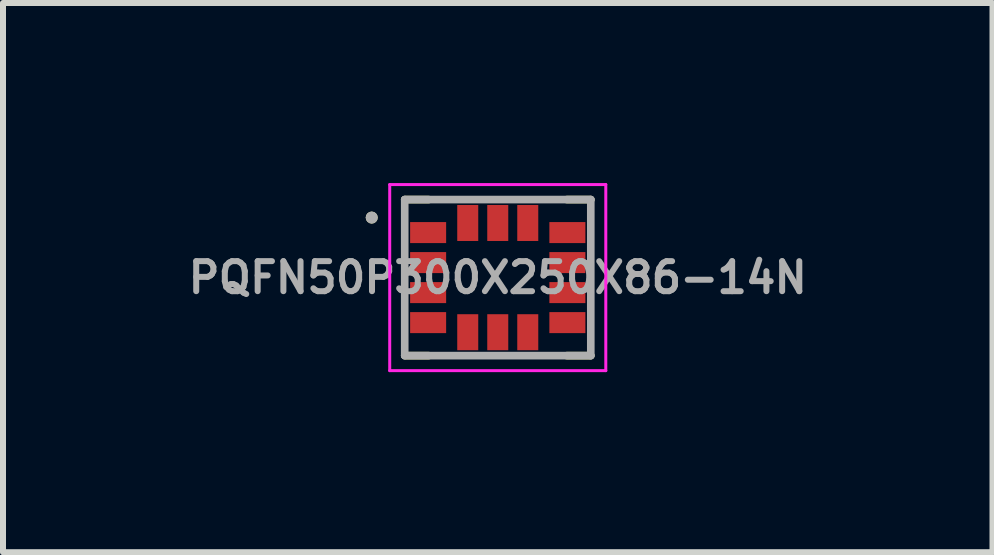
<source format=kicad_pcb>
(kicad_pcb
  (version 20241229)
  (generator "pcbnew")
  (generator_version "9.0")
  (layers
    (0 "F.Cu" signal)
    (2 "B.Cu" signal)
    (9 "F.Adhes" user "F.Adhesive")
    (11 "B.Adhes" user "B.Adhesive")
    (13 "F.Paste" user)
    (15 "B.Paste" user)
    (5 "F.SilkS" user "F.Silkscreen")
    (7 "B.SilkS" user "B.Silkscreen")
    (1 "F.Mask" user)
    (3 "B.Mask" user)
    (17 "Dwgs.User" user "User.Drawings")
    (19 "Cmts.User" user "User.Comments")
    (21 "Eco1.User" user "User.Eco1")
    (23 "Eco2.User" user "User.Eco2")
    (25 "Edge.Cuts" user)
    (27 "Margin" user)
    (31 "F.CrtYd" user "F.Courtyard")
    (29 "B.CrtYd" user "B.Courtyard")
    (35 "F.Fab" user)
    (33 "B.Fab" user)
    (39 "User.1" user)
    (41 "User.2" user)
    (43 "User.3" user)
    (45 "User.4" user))
  (footprint "PQFN50P300X250X86-14N"
    (layer "F.Cu")
    (at 5.243 1.575)
    (property "Reference" "PQFN50P300X250X86-14N" (at 0 0 0) (layer "F.Fab") (effects (font (size 0.5 0.5) (thickness 0.1))))
    (attr through_hole)
    (fp_line (start -1.55 1.3) (end -1.15 1.3) (stroke (width 0.127) (type solid)) (layer "F.SilkS"))
    (fp_line (start -1.15 -1.3) (end -1.55 -1.3) (stroke (width 0.127) (type solid)) (layer "F.SilkS"))
    (fp_line (start 1.55 -1.3) (end 1.15 -1.3) (stroke (width 0.127) (type solid)) (layer "F.SilkS"))
    (fp_line (start 1.55 1.3) (end 1.15 1.3) (stroke (width 0.127) (type solid)) (layer "F.SilkS"))
    (fp_circle (center -2.1 -1) (end -2.05 -1) (stroke (width 0.1) (type solid)) (fill no) (layer "F.SilkS"))
    (fp_line (start -1.8 -1.55) (end -1.8 1.55) (stroke (width 0.05) (type solid)) (layer "F.CrtYd"))
    (fp_line (start -1.8 1.55) (end 1.8 1.55) (stroke (width 0.05) (type solid)) (layer "F.CrtYd"))
    (fp_line (start 1.8 -1.55) (end -1.8 -1.55) (stroke (width 0.05) (type solid)) (layer "F.CrtYd"))
    (fp_line (start 1.8 1.55) (end 1.8 -1.55) (stroke (width 0.05) (type solid)) (layer "F.CrtYd"))
    (fp_line (start -1.55 -1.3) (end 1.55 -1.3) (stroke (width 0.127) (type solid)) (layer "F.Fab"))
    (fp_line (start -1.55 1.3) (end -1.55 -1.3) (stroke (width 0.127) (type solid)) (layer "F.Fab"))
    (fp_line (start 1.55 -1.3) (end 1.55 1.3) (stroke (width 0.127) (type solid)) (layer "F.Fab"))
    (fp_line (start 1.55 1.3) (end -1.55 1.3) (stroke (width 0.127) (type solid)) (layer "F.Fab"))
    (fp_circle (center -2.1 -1) (end -2.05 -1) (stroke (width 0.1) (type solid)) (fill no) (layer "F.Fab"))
    (pad "1" smd rect (at -1.16 -0.75) (size 0.6 0.35) (layers "F.Cu" "F.Mask" "F.Paste"))
    (pad "2" smd rect (at -1.16 -0.25) (size 0.6 0.35) (layers "F.Cu" "F.Mask" "F.Paste"))
    (pad "3" smd rect (at -1.16 0.25) (size 0.6 0.35) (layers "F.Cu" "F.Mask" "F.Paste"))
    (pad "4" smd rect (at -1.16 0.75) (size 0.6 0.35) (layers "F.Cu" "F.Mask" "F.Paste"))
    (pad "5" smd rect (at -0.5 0.91 90) (size 0.6 0.35) (layers "F.Cu" "F.Mask" "F.Paste"))
    (pad "6" smd rect (at 0 0.91 90) (size 0.6 0.35) (layers "F.Cu" "F.Mask" "F.Paste"))
    (pad "7" smd rect (at 0.5 0.91 90) (size 0.6 0.35) (layers "F.Cu" "F.Mask" "F.Paste"))
    (pad "8" smd rect (at 1.16 0.75) (size 0.6 0.35) (layers "F.Cu" "F.Mask" "F.Paste"))
    (pad "9" smd rect (at 1.16 0.25) (size 0.6 0.35) (layers "F.Cu" "F.Mask" "F.Paste"))
    (pad "10" smd rect (at 1.16 -0.25) (size 0.6 0.35) (layers "F.Cu" "F.Mask" "F.Paste"))
    (pad "11" smd rect (at 1.16 -0.75) (size 0.6 0.35) (layers "F.Cu" "F.Mask" "F.Paste"))
    (pad "12" smd rect (at 0.5 -0.91 90) (size 0.6 0.35) (layers "F.Cu" "F.Mask" "F.Paste"))
    (pad "13" smd rect (at 0 -0.91 90) (size 0.6 0.35) (layers "F.Cu" "F.Mask" "F.Paste"))
    (pad "14" smd rect (at -0.5 -0.91 90) (size 0.6 0.35) (layers "F.Cu" "F.Mask" "F.Paste")))
  (gr_rect
    (start -3 -3)
    (end 13.486 6.15)
    (stroke (width 0.1) (type default))
    (fill no)
    (layer "Edge.Cuts")))
</source>
